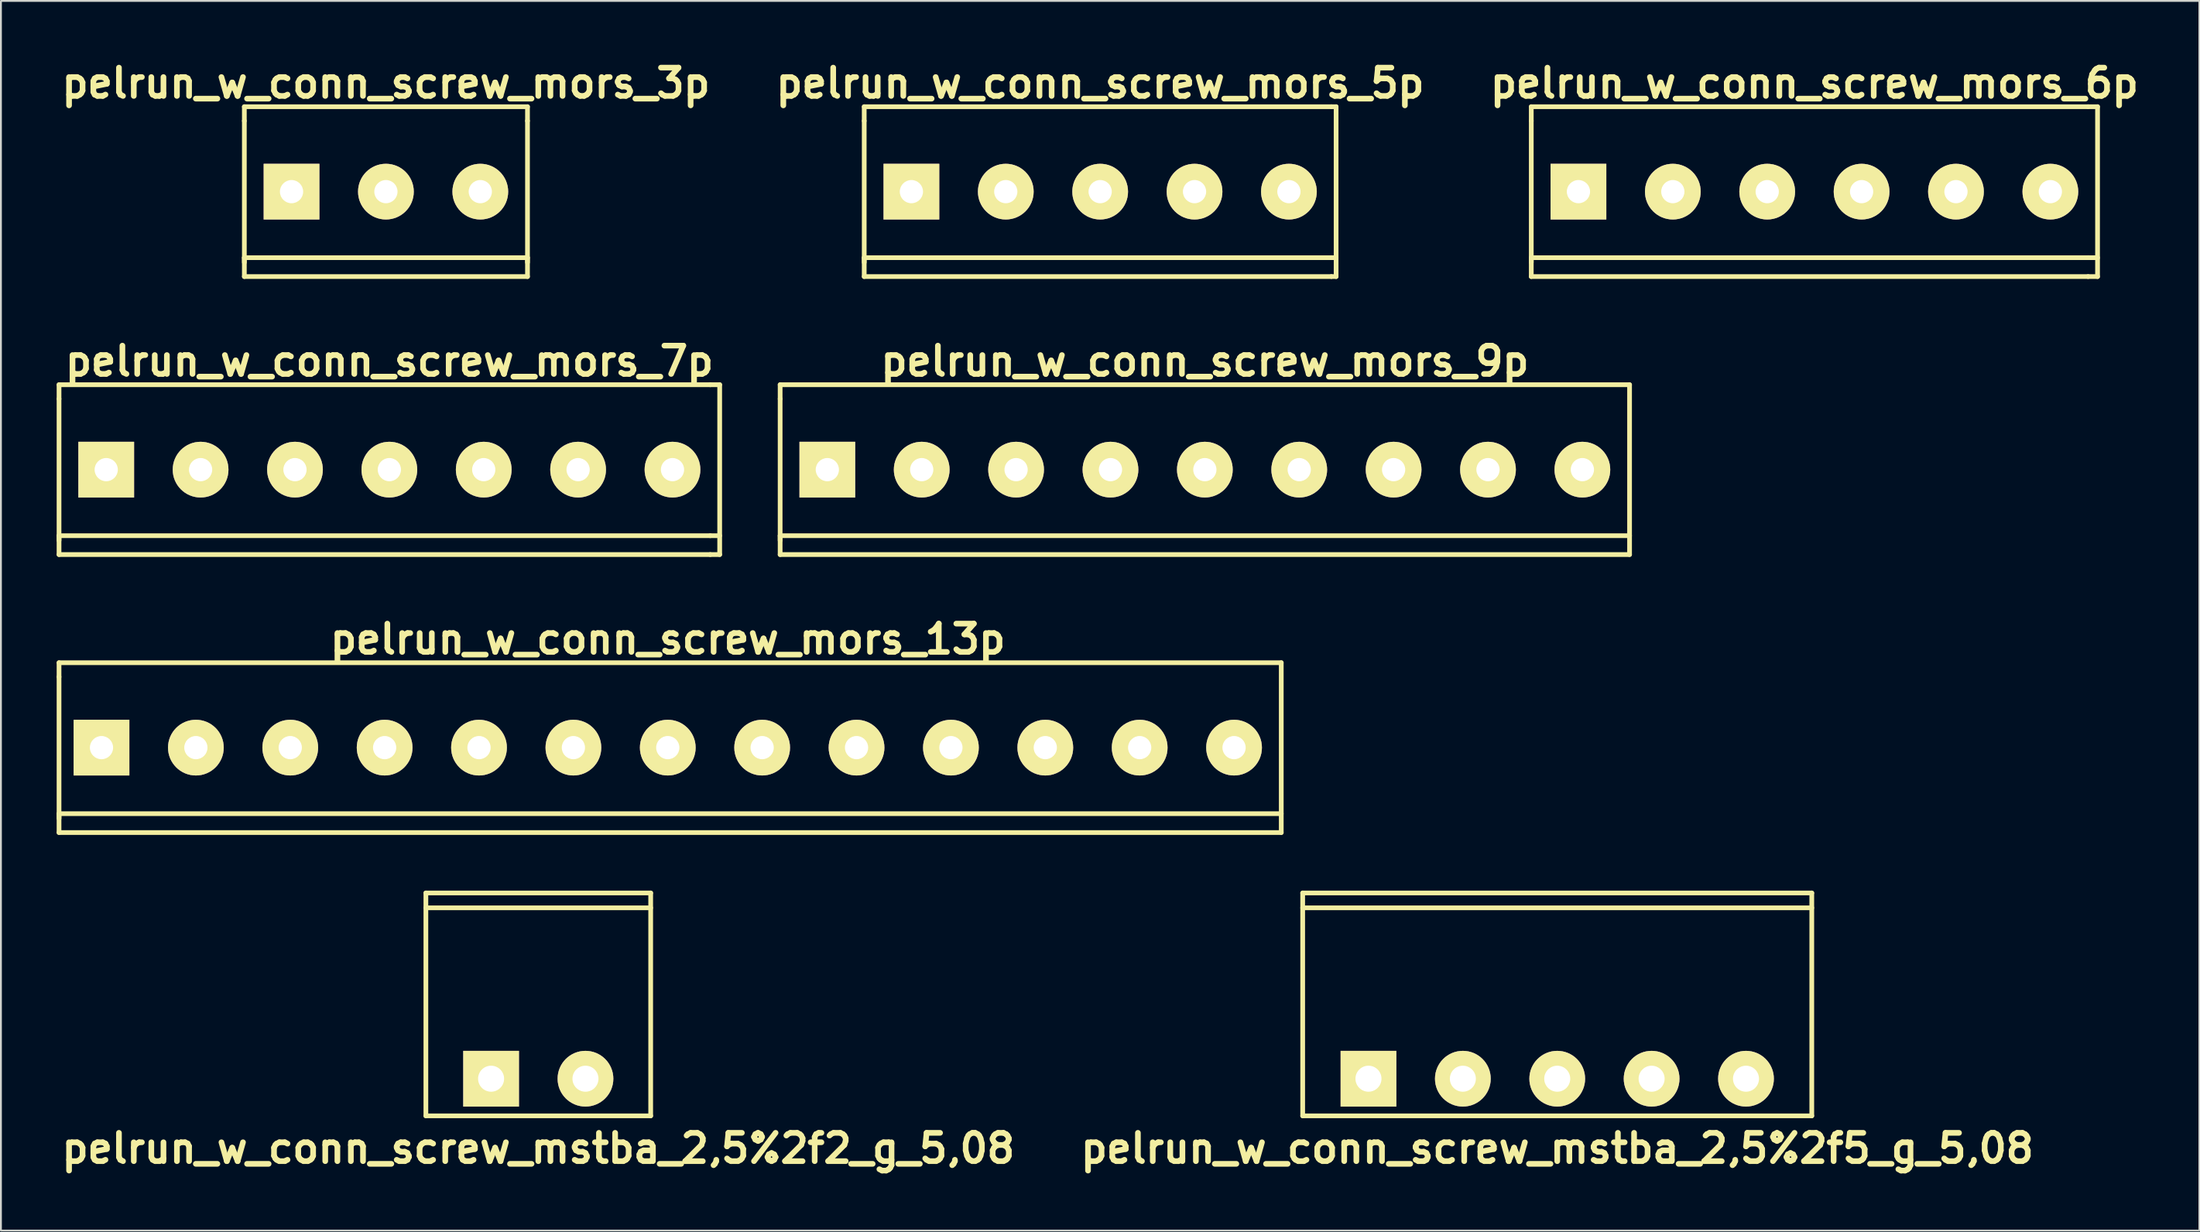
<source format=kicad_pcb>
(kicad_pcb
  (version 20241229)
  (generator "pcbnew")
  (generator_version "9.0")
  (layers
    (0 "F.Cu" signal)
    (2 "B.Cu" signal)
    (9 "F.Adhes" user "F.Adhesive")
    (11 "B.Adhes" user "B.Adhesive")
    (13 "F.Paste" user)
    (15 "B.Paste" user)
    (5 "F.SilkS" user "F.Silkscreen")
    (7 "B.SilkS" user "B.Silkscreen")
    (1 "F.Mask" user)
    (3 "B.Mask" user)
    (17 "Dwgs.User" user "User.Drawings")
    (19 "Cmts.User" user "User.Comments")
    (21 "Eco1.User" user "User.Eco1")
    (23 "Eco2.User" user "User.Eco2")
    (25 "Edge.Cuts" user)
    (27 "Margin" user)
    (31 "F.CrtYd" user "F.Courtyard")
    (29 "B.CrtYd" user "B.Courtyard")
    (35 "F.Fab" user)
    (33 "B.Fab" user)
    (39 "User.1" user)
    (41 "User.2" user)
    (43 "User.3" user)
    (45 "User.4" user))
  (footprint "pelrun_w_conn_screw_mors_3p"
    (layer "F.Cu")
    (at 17.722 7.268)
    (property "Reference" "pelrun_w_conn_screw_mors_3p" (at 0 -5.842 0) (layer "F.SilkS") (effects (font (size 1.524 1.524) (thickness 0.305))))
    (attr through_hole)
    (fp_line (start -7.62 -4.572) (end -7.62 -3.81) (stroke (width 0.254) (type solid)) (layer "F.SilkS"))
    (fp_line (start -7.62 -4.572) (end 7.62 -4.572) (stroke (width 0.254) (type solid)) (layer "F.SilkS"))
    (fp_line (start -7.62 3.556) (end 7.62 3.556) (stroke (width 0.254) (type solid)) (layer "F.SilkS"))
    (fp_line (start -7.62 3.81) (end -7.62 -3.81) (stroke (width 0.254) (type solid)) (layer "F.SilkS"))
    (fp_line (start -7.62 4.572) (end -7.62 3.556) (stroke (width 0.254) (type solid)) (layer "F.SilkS"))
    (fp_line (start 7.62 -4.572) (end 7.62 -3.81) (stroke (width 0.254) (type solid)) (layer "F.SilkS"))
    (fp_line (start 7.62 3.556) (end 7.62 4.572) (stroke (width 0.254) (type solid)) (layer "F.SilkS"))
    (fp_line (start 7.62 3.81) (end 7.62 -3.81) (stroke (width 0.254) (type solid)) (layer "F.SilkS"))
    (fp_line (start 7.62 4.572) (end -7.62 4.572) (stroke (width 0.254) (type solid)) (layer "F.SilkS"))
    (pad "1" thru_hole rect (at -5.08 0) (size 3 3) (drill 1.25) (layers "*.Cu" "*.Mask" "F.SilkS"))
    (pad "2" thru_hole circle (at 0 0) (size 3 3) (drill 1.25) (layers "*.Cu" "*.Mask" "F.SilkS"))
    (pad "3" thru_hole circle (at 5.08 0) (size 3 3) (drill 1.25) (layers "*.Cu" "*.Mask" "F.SilkS")))
  (footprint "pelrun_w_conn_screw_mors_13p"
    (layer "F.Cu")
    (at 32.893 37.203)
    (property "Reference" "pelrun_w_conn_screw_mors_13p" (at 0 -5.842 0) (layer "F.SilkS") (effects (font (size 1.524 1.524) (thickness 0.305))))
    (attr through_hole)
    (fp_line (start -32.766 -4.572) (end -32.766 -3.81) (stroke (width 0.254) (type solid)) (layer "F.SilkS"))
    (fp_line (start -32.766 3.81) (end -32.766 -3.81) (stroke (width 0.254) (type solid)) (layer "F.SilkS"))
    (fp_line (start -32.766 4.572) (end -32.766 3.556) (stroke (width 0.254) (type solid)) (layer "F.SilkS"))
    (fp_line (start -32.766 4.572) (end 33.02 4.572) (stroke (width 0.254) (type solid)) (layer "F.SilkS"))
    (fp_line (start 33.02 -4.572) (end -32.766 -4.572) (stroke (width 0.254) (type solid)) (layer "F.SilkS"))
    (fp_line (start 33.02 -4.572) (end 33.02 4.572) (stroke (width 0.254) (type solid)) (layer "F.SilkS"))
    (fp_line (start 33.02 3.556) (end -32.766 3.556) (stroke (width 0.254) (type solid)) (layer "F.SilkS"))
    (pad "1" thru_hole rect (at -30.48 0) (size 3 3) (drill 1.25) (layers "*.Cu" "*.Mask" "F.SilkS"))
    (pad "2" thru_hole circle (at -25.4 0) (size 3 3) (drill 1.25) (layers "*.Cu" "*.Mask" "F.SilkS"))
    (pad "3" thru_hole circle (at -20.32 0) (size 3 3) (drill 1.25) (layers "*.Cu" "*.Mask" "F.SilkS"))
    (pad "4" thru_hole circle (at -15.24 0) (size 3 3) (drill 1.25) (layers "*.Cu" "*.Mask" "F.SilkS"))
    (pad "5" thru_hole circle (at -10.16 0) (size 3 3) (drill 1.25) (layers "*.Cu" "*.Mask" "F.SilkS"))
    (pad "6" thru_hole circle (at -5.08 0) (size 3 3) (drill 1.25) (layers "*.Cu" "*.Mask" "F.SilkS"))
    (pad "7" thru_hole circle (at 0 0) (size 3 3) (drill 1.25) (layers "*.Cu" "*.Mask" "F.SilkS"))
    (pad "8" thru_hole circle (at 5.08 0) (size 3 3) (drill 1.25) (layers "*.Cu" "*.Mask" "F.SilkS"))
    (pad "9" thru_hole circle (at 10.16 0) (size 3 3) (drill 1.25) (layers "*.Cu" "*.Mask" "F.SilkS"))
    (pad "10" thru_hole circle (at 15.24 0) (size 3 3) (drill 1.25) (layers "*.Cu" "*.Mask" "F.SilkS"))
    (pad "11" thru_hole circle (at 20.32 0) (size 3 3) (drill 1.25) (layers "*.Cu" "*.Mask" "F.SilkS"))
    (pad "12" thru_hole circle (at 25.4 0) (size 3 3) (drill 1.25) (layers "*.Cu" "*.Mask" "F.SilkS"))
    (pad "13" thru_hole circle (at 30.48 0) (size 3 3) (drill 1.25) (layers "*.Cu" "*.Mask" "F.SilkS")))
  (footprint "pelrun_w_conn_screw_mstba_2,5%2f5_g_5,08"
    (layer "F.Cu")
    (at 80.768 55.029)
    (property "Reference" "pelrun_w_conn_screw_mstba_2,5%2f5_g_5,08" (at 0 3.749 0) (layer "F.SilkS") (effects (font (size 1.524 1.524) (thickness 0.305))))
    (attr through_hole)
    (fp_line (start -13.701 -10) (end 13.701 -10) (stroke (width 0.254) (type solid)) (layer "F.SilkS"))
    (fp_line (start -13.701 1.999) (end -13.701 -10) (stroke (width 0.254) (type solid)) (layer "F.SilkS"))
    (fp_line (start -13.701 1.999) (end 13.701 1.999) (stroke (width 0.254) (type solid)) (layer "F.SilkS"))
    (fp_line (start 13.701 -10) (end 13.701 1.999) (stroke (width 0.254) (type solid)) (layer "F.SilkS"))
    (fp_line (start 13.701 -9.2) (end -13.701 -9.2) (stroke (width 0.254) (type solid)) (layer "F.SilkS"))
    (pad "1" thru_hole rect (at -10.16 0) (size 3 3) (drill 1.4) (layers "*.Cu" "*.Mask" "F.SilkS"))
    (pad "2" thru_hole circle (at -5.08 0) (size 3 3) (drill 1.4) (layers "*.Cu" "*.Mask" "F.SilkS"))
    (pad "3" thru_hole circle (at 0 0) (size 3 3) (drill 1.4) (layers "*.Cu" "*.Mask" "F.SilkS"))
    (pad "4" thru_hole circle (at 5.08 0) (size 3 3) (drill 1.4) (layers "*.Cu" "*.Mask" "F.SilkS"))
    (pad "5" thru_hole circle (at 10.16 0) (size 3 3) (drill 1.4) (layers "*.Cu" "*.Mask" "F.SilkS")))
  (footprint "pelrun_w_conn_screw_mstba_2,5%2f2_g_5,08"
    (layer "F.Cu")
    (at 25.923 55.029)
    (property "Reference" "pelrun_w_conn_screw_mstba_2,5%2f2_g_5,08" (at 0 3.749 0) (layer "F.SilkS") (effects (font (size 1.524 1.524) (thickness 0.305))))
    (attr through_hole)
    (fp_line (start -6.05 -9.2) (end 6.05 -9.2) (stroke (width 0.254) (type solid)) (layer "F.SilkS"))
    (fp_line (start -6.05 1.999) (end -6.05 -10) (stroke (width 0.254) (type solid)) (layer "F.SilkS"))
    (fp_line (start 6.05 -10) (end -6.05 -10) (stroke (width 0.254) (type solid)) (layer "F.SilkS"))
    (fp_line (start 6.05 1.999) (end -6.05 1.999) (stroke (width 0.254) (type solid)) (layer "F.SilkS"))
    (fp_line (start 6.05 1.999) (end 6.05 -10) (stroke (width 0.254) (type solid)) (layer "F.SilkS"))
    (pad "1" thru_hole rect (at -2.54 0) (size 3 3) (drill 1.4) (layers "*.Cu" "*.Mask" "F.SilkS"))
    (pad "2" thru_hole circle (at 2.54 0) (size 3 3) (drill 1.4) (layers "*.Cu" "*.Mask" "F.SilkS")))
  (footprint "pelrun_w_conn_screw_mors_7p"
    (layer "F.Cu")
    (at 17.907 22.236)
    (property "Reference" "pelrun_w_conn_screw_mors_7p" (at 0 -5.842 0) (layer "F.SilkS") (effects (font (size 1.524 1.524) (thickness 0.305))))
    (attr through_hole)
    (fp_line (start -17.78 -4.572) (end -17.78 -3.81) (stroke (width 0.254) (type solid)) (layer "F.SilkS"))
    (fp_line (start -17.78 -4.572) (end 17.272 -4.572) (stroke (width 0.254) (type solid)) (layer "F.SilkS"))
    (fp_line (start -17.78 3.81) (end -17.78 -3.81) (stroke (width 0.254) (type solid)) (layer "F.SilkS"))
    (fp_line (start -17.78 4.572) (end -17.78 3.556) (stroke (width 0.254) (type solid)) (layer "F.SilkS"))
    (fp_line (start 17.272 -4.572) (end 17.78 -4.572) (stroke (width 0.254) (type solid)) (layer "F.SilkS"))
    (fp_line (start 17.272 3.556) (end -17.78 3.556) (stroke (width 0.254) (type solid)) (layer "F.SilkS"))
    (fp_line (start 17.272 3.556) (end 17.78 3.556) (stroke (width 0.254) (type solid)) (layer "F.SilkS"))
    (fp_line (start 17.272 4.572) (end -17.78 4.572) (stroke (width 0.254) (type solid)) (layer "F.SilkS"))
    (fp_line (start 17.272 4.572) (end 17.78 4.572) (stroke (width 0.254) (type solid)) (layer "F.SilkS"))
    (fp_line (start 17.78 -4.572) (end 17.78 4.572) (stroke (width 0.254) (type solid)) (layer "F.SilkS"))
    (pad "1" thru_hole rect (at -15.24 0) (size 3 3) (drill 1.25) (layers "*.Cu" "*.Mask" "F.SilkS"))
    (pad "2" thru_hole circle (at -10.16 0) (size 3 3) (drill 1.25) (layers "*.Cu" "*.Mask" "F.SilkS"))
    (pad "3" thru_hole circle (at -5.08 0) (size 3 3) (drill 1.25) (layers "*.Cu" "*.Mask" "F.SilkS"))
    (pad "4" thru_hole circle (at 0 0) (size 3 3) (drill 1.25) (layers "*.Cu" "*.Mask" "F.SilkS"))
    (pad "5" thru_hole circle (at 5.08 0) (size 3 3) (drill 1.25) (layers "*.Cu" "*.Mask" "F.SilkS"))
    (pad "6" thru_hole circle (at 10.16 0) (size 3 3) (drill 1.25) (layers "*.Cu" "*.Mask" "F.SilkS"))
    (pad "7" thru_hole circle (at 15.24 0) (size 3 3) (drill 1.25) (layers "*.Cu" "*.Mask" "F.SilkS")))
  (footprint "pelrun_w_conn_screw_mors_9p"
    (layer "F.Cu")
    (at 61.801 22.236)
    (property "Reference" "pelrun_w_conn_screw_mors_9p" (at 0 -5.842 0) (layer "F.SilkS") (effects (font (size 1.524 1.524) (thickness 0.305))))
    (attr through_hole)
    (fp_line (start -22.86 -4.572) (end -22.86 -3.81) (stroke (width 0.254) (type solid)) (layer "F.SilkS"))
    (fp_line (start -22.86 3.81) (end -22.86 -3.81) (stroke (width 0.254) (type solid)) (layer "F.SilkS"))
    (fp_line (start -22.86 4.572) (end -22.86 3.556) (stroke (width 0.254) (type solid)) (layer "F.SilkS"))
    (fp_line (start -22.86 4.572) (end 22.86 4.572) (stroke (width 0.254) (type solid)) (layer "F.SilkS"))
    (fp_line (start 22.86 -4.572) (end -22.86 -4.572) (stroke (width 0.254) (type solid)) (layer "F.SilkS"))
    (fp_line (start 22.86 -4.572) (end 22.86 4.572) (stroke (width 0.254) (type solid)) (layer "F.SilkS"))
    (fp_line (start 22.86 3.556) (end -22.86 3.556) (stroke (width 0.254) (type solid)) (layer "F.SilkS"))
    (pad "1" thru_hole rect (at -20.32 0) (size 3 3) (drill 1.25) (layers "*.Cu" "*.Mask" "F.SilkS"))
    (pad "2" thru_hole circle (at -15.24 0) (size 3 3) (drill 1.25) (layers "*.Cu" "*.Mask" "F.SilkS"))
    (pad "3" thru_hole circle (at -10.16 0) (size 3 3) (drill 1.25) (layers "*.Cu" "*.Mask" "F.SilkS"))
    (pad "4" thru_hole circle (at -5.08 0) (size 3 3) (drill 1.25) (layers "*.Cu" "*.Mask" "F.SilkS"))
    (pad "5" thru_hole circle (at 0 0) (size 3 3) (drill 1.25) (layers "*.Cu" "*.Mask" "F.SilkS"))
    (pad "6" thru_hole circle (at 5.08 0) (size 3 3) (drill 1.25) (layers "*.Cu" "*.Mask" "F.SilkS"))
    (pad "7" thru_hole circle (at 10.16 0) (size 3 3) (drill 1.25) (layers "*.Cu" "*.Mask" "F.SilkS"))
    (pad "8" thru_hole circle (at 15.24 0) (size 3 3) (drill 1.25) (layers "*.Cu" "*.Mask" "F.SilkS"))
    (pad "9" thru_hole circle (at 20.32 0) (size 3 3) (drill 1.25) (layers "*.Cu" "*.Mask" "F.SilkS")))
  (footprint "pelrun_w_conn_screw_mors_5p"
    (layer "F.Cu")
    (at 56.166 7.268)
    (property "Reference" "pelrun_w_conn_screw_mors_5p" (at 0 -5.842 0) (layer "F.SilkS") (effects (font (size 1.524 1.524) (thickness 0.305))))
    (attr through_hole)
    (fp_line (start -12.7 -4.572) (end -12.7 -3.81) (stroke (width 0.254) (type solid)) (layer "F.SilkS"))
    (fp_line (start -12.7 -4.572) (end 12.446 -4.572) (stroke (width 0.254) (type solid)) (layer "F.SilkS"))
    (fp_line (start -12.7 3.81) (end -12.7 -3.81) (stroke (width 0.254) (type solid)) (layer "F.SilkS"))
    (fp_line (start -12.7 4.572) (end -12.7 3.556) (stroke (width 0.254) (type solid)) (layer "F.SilkS"))
    (fp_line (start 12.446 3.556) (end -12.7 3.556) (stroke (width 0.254) (type solid)) (layer "F.SilkS"))
    (fp_line (start 12.446 4.572) (end -12.7 4.572) (stroke (width 0.254) (type solid)) (layer "F.SilkS"))
    (fp_line (start 12.7 -4.572) (end 12.446 -4.572) (stroke (width 0.254) (type solid)) (layer "F.SilkS"))
    (fp_line (start 12.7 -4.572) (end 12.7 4.572) (stroke (width 0.254) (type solid)) (layer "F.SilkS"))
    (fp_line (start 12.7 3.556) (end 12.446 3.556) (stroke (width 0.254) (type solid)) (layer "F.SilkS"))
    (fp_line (start 12.7 4.572) (end 12.446 4.572) (stroke (width 0.254) (type solid)) (layer "F.SilkS"))
    (pad "1" thru_hole rect (at -10.16 0) (size 3 3) (drill 1.25) (layers "*.Cu" "*.Mask" "F.SilkS"))
    (pad "2" thru_hole circle (at -5.08 0) (size 3 3) (drill 1.25) (layers "*.Cu" "*.Mask" "F.SilkS"))
    (pad "3" thru_hole circle (at 0 0) (size 3 3) (drill 1.25) (layers "*.Cu" "*.Mask" "F.SilkS"))
    (pad "4" thru_hole circle (at 5.08 0) (size 3 3) (drill 1.25) (layers "*.Cu" "*.Mask" "F.SilkS"))
    (pad "5" thru_hole circle (at 10.16 0) (size 3 3) (drill 1.25) (layers "*.Cu" "*.Mask" "F.SilkS")))
  (footprint "pelrun_w_conn_screw_mors_6p"
    (layer "F.Cu")
    (at 94.61 7.268)
    (property "Reference" "pelrun_w_conn_screw_mors_6p" (at 0 -5.842 0) (layer "F.SilkS") (effects (font (size 1.524 1.524) (thickness 0.305))))
    (attr through_hole)
    (fp_line (start -15.24 -4.572) (end -15.24 -3.81) (stroke (width 0.254) (type solid)) (layer "F.SilkS"))
    (fp_line (start -15.24 3.81) (end -15.24 -3.81) (stroke (width 0.254) (type solid)) (layer "F.SilkS"))
    (fp_line (start -15.24 4.572) (end -15.24 3.556) (stroke (width 0.254) (type solid)) (layer "F.SilkS"))
    (fp_line (start -15.24 4.572) (end 14.732 4.572) (stroke (width 0.254) (type solid)) (layer "F.SilkS"))
    (fp_line (start 14.732 -4.572) (end -15.24 -4.572) (stroke (width 0.254) (type solid)) (layer "F.SilkS"))
    (fp_line (start 14.732 -4.572) (end 15.24 -4.572) (stroke (width 0.254) (type solid)) (layer "F.SilkS"))
    (fp_line (start 14.732 3.556) (end -15.24 3.556) (stroke (width 0.254) (type solid)) (layer "F.SilkS"))
    (fp_line (start 14.732 4.572) (end 15.24 4.572) (stroke (width 0.254) (type solid)) (layer "F.SilkS"))
    (fp_line (start 15.24 -4.572) (end 15.24 4.572) (stroke (width 0.254) (type solid)) (layer "F.SilkS"))
    (fp_line (start 15.24 3.556) (end 14.732 3.556) (stroke (width 0.254) (type solid)) (layer "F.SilkS"))
    (pad "1" thru_hole rect (at -12.7 0) (size 3 3) (drill 1.25) (layers "*.Cu" "*.Mask" "F.SilkS"))
    (pad "2" thru_hole circle (at -7.62 0) (size 3 3) (drill 1.25) (layers "*.Cu" "*.Mask" "F.SilkS"))
    (pad "3" thru_hole circle (at -2.54 0) (size 3 3) (drill 1.25) (layers "*.Cu" "*.Mask" "F.SilkS"))
    (pad "4" thru_hole circle (at 2.54 0) (size 3 3) (drill 1.25) (layers "*.Cu" "*.Mask" "F.SilkS"))
    (pad "5" thru_hole circle (at 7.62 0) (size 3 3) (drill 1.25) (layers "*.Cu" "*.Mask" "F.SilkS"))
    (pad "6" thru_hole circle (at 12.7 0) (size 3 3) (drill 1.25) (layers "*.Cu" "*.Mask" "F.SilkS")))
  (gr_rect
    (start -3 -3)
    (end 115.332 63.205)
    (stroke (width 0.1) (type default))
    (fill no)
    (layer "Edge.Cuts")))
</source>
